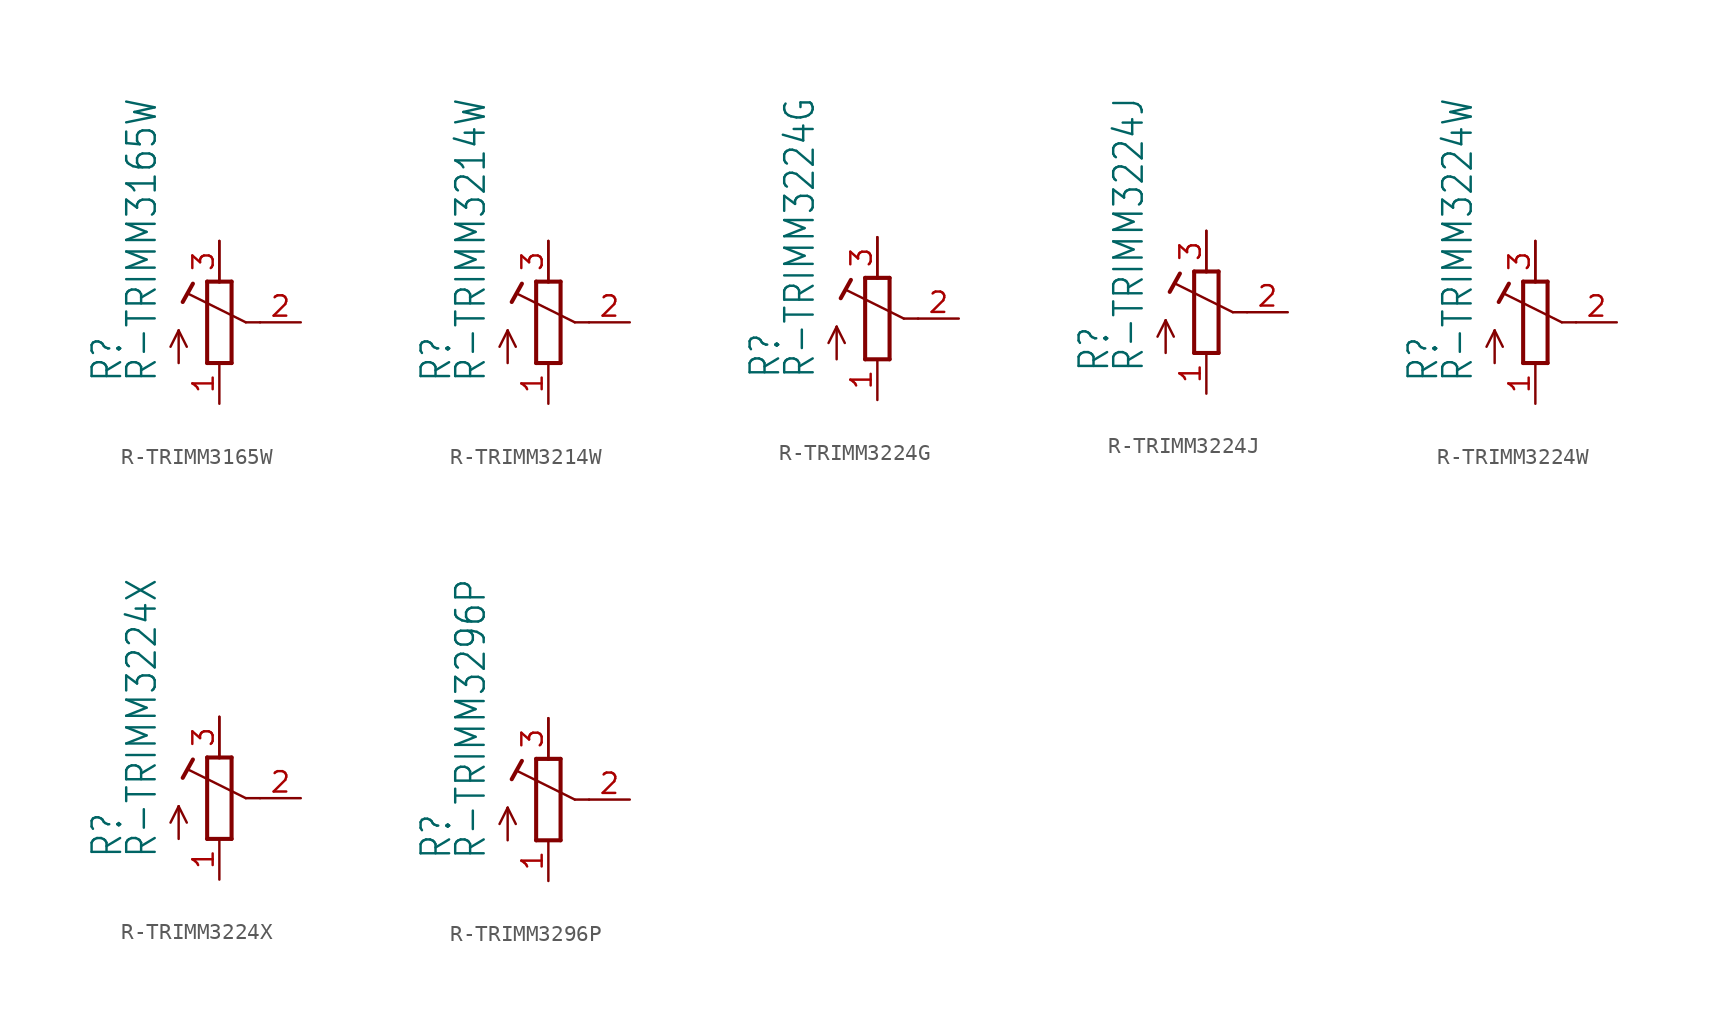
<source format=kicad_sym>
(kicad_symbol_lib
  (version 20211014)
  (generator kicad_symbol_editor)
  (symbol "R-TRIMM3165W"
    (property "Reference" "R"
      (at -5.969 -3.81 90)
      (effects (font (size 1.778 1.511)) (justify left bottom)))
    (property "Value" "R-TRIMM3165W"
      (at -3.81 -3.81 90)
      (effects (font (size 1.778 1.511)) (justify left bottom)))
    (property "ki_locked" ""
      (at 0 0 0)
      (effects (font (size 1.27 1.27))))
    (symbol "R-TRIMM3165W_1_0"
      (polyline (pts (xy -2.54 -2.54) (xy -2.54 -0.508)) (stroke (width 0.152) (type default) (color 0 0 0 0)) (fill (type none)))
      (polyline (pts (xy -2.54 -0.508) (xy -3.048 -1.524)) (stroke (width 0.152) (type default) (color 0 0 0 0)) (fill (type none)))
      (polyline (pts (xy -2.54 -0.508) (xy -2.032 -1.524)) (stroke (width 0.152) (type default) (color 0 0 0 0)) (fill (type none)))
      (polyline (pts (xy -2.286 1.27) (xy -1.651 2.413)) (stroke (width 0.254) (type default) (color 0 0 0 0)) (fill (type none)))
      (polyline (pts (xy -0.762 -2.54) (xy 0.762 -2.54)) (stroke (width 0.254) (type default) (color 0 0 0 0)) (fill (type none)))
      (polyline (pts (xy -0.762 2.54) (xy -0.762 -2.54)) (stroke (width 0.254) (type default) (color 0 0 0 0)) (fill (type none)))
      (polyline (pts (xy 0 2.54) (xy -0.762 2.54)) (stroke (width 0.254) (type default) (color 0 0 0 0)) (fill (type none)))
      (polyline (pts (xy 0 2.54) (xy 0 5.08)) (stroke (width 0.152) (type default) (color 0 0 0 0)) (fill (type none)))
      (polyline (pts (xy 0.762 -2.54) (xy 0.762 2.54)) (stroke (width 0.254) (type default) (color 0 0 0 0)) (fill (type none)))
      (polyline (pts (xy 0.762 2.54) (xy 0 2.54)) (stroke (width 0.254) (type default) (color 0 0 0 0)) (fill (type none)))
      (polyline (pts (xy 1.651 0) (xy -1.88 1.753)) (stroke (width 0.152) (type default) (color 0 0 0 0)) (fill (type none)))
      (polyline (pts (xy 2.54 0) (xy 1.651 0)) (stroke (width 0.152) (type default) (color 0 0 0 0)) (fill (type none)))
      (pin passive line (at 0 -5.08 90) (length 2.54) (name "E" (effects (font (size 0 0)))) (number "1" (effects (font (size 1.27 1.27)))))
      (pin passive line (at 5.08 0 180) (length 2.54) (name "S" (effects (font (size 0 0)))) (number "2" (effects (font (size 1.27 1.27)))))
      (pin passive line (at 0 5.08 270) (length 2.54) (name "A" (effects (font (size 0 0)))) (number "3" (effects (font (size 1.27 1.27)))))))
  (symbol "R-TRIMM3214W"
    (property "Reference" "R"
      (at -5.969 -3.81 90)
      (effects (font (size 1.778 1.511)) (justify left bottom)))
    (property "Value" "R-TRIMM3214W"
      (at -3.81 -3.81 90)
      (effects (font (size 1.778 1.511)) (justify left bottom)))
    (property "ki_locked" ""
      (at 0 0 0)
      (effects (font (size 1.27 1.27))))
    (symbol "R-TRIMM3214W_1_0"
      (polyline (pts (xy -2.54 -2.54) (xy -2.54 -0.508)) (stroke (width 0.152) (type default) (color 0 0 0 0)) (fill (type none)))
      (polyline (pts (xy -2.54 -0.508) (xy -3.048 -1.524)) (stroke (width 0.152) (type default) (color 0 0 0 0)) (fill (type none)))
      (polyline (pts (xy -2.54 -0.508) (xy -2.032 -1.524)) (stroke (width 0.152) (type default) (color 0 0 0 0)) (fill (type none)))
      (polyline (pts (xy -2.286 1.27) (xy -1.651 2.413)) (stroke (width 0.254) (type default) (color 0 0 0 0)) (fill (type none)))
      (polyline (pts (xy -0.762 -2.54) (xy 0.762 -2.54)) (stroke (width 0.254) (type default) (color 0 0 0 0)) (fill (type none)))
      (polyline (pts (xy -0.762 2.54) (xy -0.762 -2.54)) (stroke (width 0.254) (type default) (color 0 0 0 0)) (fill (type none)))
      (polyline (pts (xy 0 2.54) (xy -0.762 2.54)) (stroke (width 0.254) (type default) (color 0 0 0 0)) (fill (type none)))
      (polyline (pts (xy 0 2.54) (xy 0 5.08)) (stroke (width 0.152) (type default) (color 0 0 0 0)) (fill (type none)))
      (polyline (pts (xy 0.762 -2.54) (xy 0.762 2.54)) (stroke (width 0.254) (type default) (color 0 0 0 0)) (fill (type none)))
      (polyline (pts (xy 0.762 2.54) (xy 0 2.54)) (stroke (width 0.254) (type default) (color 0 0 0 0)) (fill (type none)))
      (polyline (pts (xy 1.651 0) (xy -1.88 1.753)) (stroke (width 0.152) (type default) (color 0 0 0 0)) (fill (type none)))
      (polyline (pts (xy 2.54 0) (xy 1.651 0)) (stroke (width 0.152) (type default) (color 0 0 0 0)) (fill (type none)))
      (pin passive line (at 0 -5.08 90) (length 2.54) (name "E" (effects (font (size 0 0)))) (number "1" (effects (font (size 1.27 1.27)))))
      (pin passive line (at 5.08 0 180) (length 2.54) (name "S" (effects (font (size 0 0)))) (number "2" (effects (font (size 1.27 1.27)))))
      (pin passive line (at 0 5.08 270) (length 2.54) (name "A" (effects (font (size 0 0)))) (number "3" (effects (font (size 1.27 1.27)))))))
  (symbol "R-TRIMM3224G"
    (property "Reference" "R"
      (at -5.969 -3.81 90)
      (effects (font (size 1.778 1.511)) (justify left bottom)))
    (property "Value" "R-TRIMM3224G"
      (at -3.81 -3.81 90)
      (effects (font (size 1.778 1.511)) (justify left bottom)))
    (property "ki_locked" ""
      (at 0 0 0)
      (effects (font (size 1.27 1.27))))
    (symbol "R-TRIMM3224G_1_0"
      (polyline (pts (xy -2.54 -2.54) (xy -2.54 -0.508)) (stroke (width 0.152) (type default) (color 0 0 0 0)) (fill (type none)))
      (polyline (pts (xy -2.54 -0.508) (xy -3.048 -1.524)) (stroke (width 0.152) (type default) (color 0 0 0 0)) (fill (type none)))
      (polyline (pts (xy -2.54 -0.508) (xy -2.032 -1.524)) (stroke (width 0.152) (type default) (color 0 0 0 0)) (fill (type none)))
      (polyline (pts (xy -2.286 1.27) (xy -1.651 2.413)) (stroke (width 0.254) (type default) (color 0 0 0 0)) (fill (type none)))
      (polyline (pts (xy -0.762 -2.54) (xy 0.762 -2.54)) (stroke (width 0.254) (type default) (color 0 0 0 0)) (fill (type none)))
      (polyline (pts (xy -0.762 2.54) (xy -0.762 -2.54)) (stroke (width 0.254) (type default) (color 0 0 0 0)) (fill (type none)))
      (polyline (pts (xy 0 2.54) (xy -0.762 2.54)) (stroke (width 0.254) (type default) (color 0 0 0 0)) (fill (type none)))
      (polyline (pts (xy 0 2.54) (xy 0 5.08)) (stroke (width 0.152) (type default) (color 0 0 0 0)) (fill (type none)))
      (polyline (pts (xy 0.762 -2.54) (xy 0.762 2.54)) (stroke (width 0.254) (type default) (color 0 0 0 0)) (fill (type none)))
      (polyline (pts (xy 0.762 2.54) (xy 0 2.54)) (stroke (width 0.254) (type default) (color 0 0 0 0)) (fill (type none)))
      (polyline (pts (xy 1.651 0) (xy -1.88 1.753)) (stroke (width 0.152) (type default) (color 0 0 0 0)) (fill (type none)))
      (polyline (pts (xy 2.54 0) (xy 1.651 0)) (stroke (width 0.152) (type default) (color 0 0 0 0)) (fill (type none)))
      (pin passive line (at 0 -5.08 90) (length 2.54) (name "E" (effects (font (size 0 0)))) (number "1" (effects (font (size 1.27 1.27)))))
      (pin passive line (at 5.08 0 180) (length 2.54) (name "S" (effects (font (size 0 0)))) (number "2" (effects (font (size 1.27 1.27)))))
      (pin passive line (at 0 5.08 270) (length 2.54) (name "A" (effects (font (size 0 0)))) (number "3" (effects (font (size 1.27 1.27)))))))
  (symbol "R-TRIMM3224J"
    (property "Reference" "R"
      (at -5.969 -3.81 90)
      (effects (font (size 1.778 1.511)) (justify left bottom)))
    (property "Value" "R-TRIMM3224J"
      (at -3.81 -3.81 90)
      (effects (font (size 1.778 1.511)) (justify left bottom)))
    (property "ki_locked" ""
      (at 0 0 0)
      (effects (font (size 1.27 1.27))))
    (symbol "R-TRIMM3224J_1_0"
      (polyline (pts (xy -2.54 -2.54) (xy -2.54 -0.508)) (stroke (width 0.152) (type default) (color 0 0 0 0)) (fill (type none)))
      (polyline (pts (xy -2.54 -0.508) (xy -3.048 -1.524)) (stroke (width 0.152) (type default) (color 0 0 0 0)) (fill (type none)))
      (polyline (pts (xy -2.54 -0.508) (xy -2.032 -1.524)) (stroke (width 0.152) (type default) (color 0 0 0 0)) (fill (type none)))
      (polyline (pts (xy -2.286 1.27) (xy -1.651 2.413)) (stroke (width 0.254) (type default) (color 0 0 0 0)) (fill (type none)))
      (polyline (pts (xy -0.762 -2.54) (xy 0.762 -2.54)) (stroke (width 0.254) (type default) (color 0 0 0 0)) (fill (type none)))
      (polyline (pts (xy -0.762 2.54) (xy -0.762 -2.54)) (stroke (width 0.254) (type default) (color 0 0 0 0)) (fill (type none)))
      (polyline (pts (xy 0 2.54) (xy -0.762 2.54)) (stroke (width 0.254) (type default) (color 0 0 0 0)) (fill (type none)))
      (polyline (pts (xy 0 2.54) (xy 0 5.08)) (stroke (width 0.152) (type default) (color 0 0 0 0)) (fill (type none)))
      (polyline (pts (xy 0.762 -2.54) (xy 0.762 2.54)) (stroke (width 0.254) (type default) (color 0 0 0 0)) (fill (type none)))
      (polyline (pts (xy 0.762 2.54) (xy 0 2.54)) (stroke (width 0.254) (type default) (color 0 0 0 0)) (fill (type none)))
      (polyline (pts (xy 1.651 0) (xy -1.88 1.753)) (stroke (width 0.152) (type default) (color 0 0 0 0)) (fill (type none)))
      (polyline (pts (xy 2.54 0) (xy 1.651 0)) (stroke (width 0.152) (type default) (color 0 0 0 0)) (fill (type none)))
      (pin passive line (at 0 -5.08 90) (length 2.54) (name "E" (effects (font (size 0 0)))) (number "1" (effects (font (size 1.27 1.27)))))
      (pin passive line (at 5.08 0 180) (length 2.54) (name "S" (effects (font (size 0 0)))) (number "2" (effects (font (size 1.27 1.27)))))
      (pin passive line (at 0 5.08 270) (length 2.54) (name "A" (effects (font (size 0 0)))) (number "3" (effects (font (size 1.27 1.27)))))))
  (symbol "R-TRIMM3224W"
    (property "Reference" "R"
      (at -5.969 -3.81 90)
      (effects (font (size 1.778 1.511)) (justify left bottom)))
    (property "Value" "R-TRIMM3224W"
      (at -3.81 -3.81 90)
      (effects (font (size 1.778 1.511)) (justify left bottom)))
    (property "ki_locked" ""
      (at 0 0 0)
      (effects (font (size 1.27 1.27))))
    (symbol "R-TRIMM3224W_1_0"
      (polyline (pts (xy -2.54 -2.54) (xy -2.54 -0.508)) (stroke (width 0.152) (type default) (color 0 0 0 0)) (fill (type none)))
      (polyline (pts (xy -2.54 -0.508) (xy -3.048 -1.524)) (stroke (width 0.152) (type default) (color 0 0 0 0)) (fill (type none)))
      (polyline (pts (xy -2.54 -0.508) (xy -2.032 -1.524)) (stroke (width 0.152) (type default) (color 0 0 0 0)) (fill (type none)))
      (polyline (pts (xy -2.286 1.27) (xy -1.651 2.413)) (stroke (width 0.254) (type default) (color 0 0 0 0)) (fill (type none)))
      (polyline (pts (xy -0.762 -2.54) (xy 0.762 -2.54)) (stroke (width 0.254) (type default) (color 0 0 0 0)) (fill (type none)))
      (polyline (pts (xy -0.762 2.54) (xy -0.762 -2.54)) (stroke (width 0.254) (type default) (color 0 0 0 0)) (fill (type none)))
      (polyline (pts (xy 0 2.54) (xy -0.762 2.54)) (stroke (width 0.254) (type default) (color 0 0 0 0)) (fill (type none)))
      (polyline (pts (xy 0 2.54) (xy 0 5.08)) (stroke (width 0.152) (type default) (color 0 0 0 0)) (fill (type none)))
      (polyline (pts (xy 0.762 -2.54) (xy 0.762 2.54)) (stroke (width 0.254) (type default) (color 0 0 0 0)) (fill (type none)))
      (polyline (pts (xy 0.762 2.54) (xy 0 2.54)) (stroke (width 0.254) (type default) (color 0 0 0 0)) (fill (type none)))
      (polyline (pts (xy 1.651 0) (xy -1.88 1.753)) (stroke (width 0.152) (type default) (color 0 0 0 0)) (fill (type none)))
      (polyline (pts (xy 2.54 0) (xy 1.651 0)) (stroke (width 0.152) (type default) (color 0 0 0 0)) (fill (type none)))
      (pin passive line (at 0 -5.08 90) (length 2.54) (name "E" (effects (font (size 0 0)))) (number "1" (effects (font (size 1.27 1.27)))))
      (pin passive line (at 5.08 0 180) (length 2.54) (name "S" (effects (font (size 0 0)))) (number "2" (effects (font (size 1.27 1.27)))))
      (pin passive line (at 0 5.08 270) (length 2.54) (name "A" (effects (font (size 0 0)))) (number "3" (effects (font (size 1.27 1.27)))))))
  (symbol "R-TRIMM3224X"
    (property "Reference" "R"
      (at -5.969 -3.81 90)
      (effects (font (size 1.778 1.511)) (justify left bottom)))
    (property "Value" "R-TRIMM3224X"
      (at -3.81 -3.81 90)
      (effects (font (size 1.778 1.511)) (justify left bottom)))
    (property "ki_locked" ""
      (at 0 0 0)
      (effects (font (size 1.27 1.27))))
    (symbol "R-TRIMM3224X_1_0"
      (polyline (pts (xy -2.54 -2.54) (xy -2.54 -0.508)) (stroke (width 0.152) (type default) (color 0 0 0 0)) (fill (type none)))
      (polyline (pts (xy -2.54 -0.508) (xy -3.048 -1.524)) (stroke (width 0.152) (type default) (color 0 0 0 0)) (fill (type none)))
      (polyline (pts (xy -2.54 -0.508) (xy -2.032 -1.524)) (stroke (width 0.152) (type default) (color 0 0 0 0)) (fill (type none)))
      (polyline (pts (xy -2.286 1.27) (xy -1.651 2.413)) (stroke (width 0.254) (type default) (color 0 0 0 0)) (fill (type none)))
      (polyline (pts (xy -0.762 -2.54) (xy 0.762 -2.54)) (stroke (width 0.254) (type default) (color 0 0 0 0)) (fill (type none)))
      (polyline (pts (xy -0.762 2.54) (xy -0.762 -2.54)) (stroke (width 0.254) (type default) (color 0 0 0 0)) (fill (type none)))
      (polyline (pts (xy 0 2.54) (xy -0.762 2.54)) (stroke (width 0.254) (type default) (color 0 0 0 0)) (fill (type none)))
      (polyline (pts (xy 0 2.54) (xy 0 5.08)) (stroke (width 0.152) (type default) (color 0 0 0 0)) (fill (type none)))
      (polyline (pts (xy 0.762 -2.54) (xy 0.762 2.54)) (stroke (width 0.254) (type default) (color 0 0 0 0)) (fill (type none)))
      (polyline (pts (xy 0.762 2.54) (xy 0 2.54)) (stroke (width 0.254) (type default) (color 0 0 0 0)) (fill (type none)))
      (polyline (pts (xy 1.651 0) (xy -1.88 1.753)) (stroke (width 0.152) (type default) (color 0 0 0 0)) (fill (type none)))
      (polyline (pts (xy 2.54 0) (xy 1.651 0)) (stroke (width 0.152) (type default) (color 0 0 0 0)) (fill (type none)))
      (pin passive line (at 0 -5.08 90) (length 2.54) (name "E" (effects (font (size 0 0)))) (number "1" (effects (font (size 1.27 1.27)))))
      (pin passive line (at 5.08 0 180) (length 2.54) (name "S" (effects (font (size 0 0)))) (number "2" (effects (font (size 1.27 1.27)))))
      (pin passive line (at 0 5.08 270) (length 2.54) (name "A" (effects (font (size 0 0)))) (number "3" (effects (font (size 1.27 1.27)))))))
  (symbol "R-TRIMM3296P"
    (property "Reference" "R"
      (at -5.969 -3.81 90)
      (effects (font (size 1.778 1.511)) (justify left bottom)))
    (property "Value" "R-TRIMM3296P"
      (at -3.81 -3.81 90)
      (effects (font (size 1.778 1.511)) (justify left bottom)))
    (property "ki_locked" ""
      (at 0 0 0)
      (effects (font (size 1.27 1.27))))
    (symbol "R-TRIMM3296P_1_0"
      (polyline (pts (xy -2.54 -2.54) (xy -2.54 -0.508)) (stroke (width 0.152) (type default) (color 0 0 0 0)) (fill (type none)))
      (polyline (pts (xy -2.54 -0.508) (xy -3.048 -1.524)) (stroke (width 0.152) (type default) (color 0 0 0 0)) (fill (type none)))
      (polyline (pts (xy -2.54 -0.508) (xy -2.032 -1.524)) (stroke (width 0.152) (type default) (color 0 0 0 0)) (fill (type none)))
      (polyline (pts (xy -2.286 1.27) (xy -1.651 2.413)) (stroke (width 0.254) (type default) (color 0 0 0 0)) (fill (type none)))
      (polyline (pts (xy -0.762 -2.54) (xy 0.762 -2.54)) (stroke (width 0.254) (type default) (color 0 0 0 0)) (fill (type none)))
      (polyline (pts (xy -0.762 2.54) (xy -0.762 -2.54)) (stroke (width 0.254) (type default) (color 0 0 0 0)) (fill (type none)))
      (polyline (pts (xy 0 2.54) (xy -0.762 2.54)) (stroke (width 0.254) (type default) (color 0 0 0 0)) (fill (type none)))
      (polyline (pts (xy 0 2.54) (xy 0 5.08)) (stroke (width 0.152) (type default) (color 0 0 0 0)) (fill (type none)))
      (polyline (pts (xy 0.762 -2.54) (xy 0.762 2.54)) (stroke (width 0.254) (type default) (color 0 0 0 0)) (fill (type none)))
      (polyline (pts (xy 0.762 2.54) (xy 0 2.54)) (stroke (width 0.254) (type default) (color 0 0 0 0)) (fill (type none)))
      (polyline (pts (xy 1.651 0) (xy -1.88 1.753)) (stroke (width 0.152) (type default) (color 0 0 0 0)) (fill (type none)))
      (polyline (pts (xy 2.54 0) (xy 1.651 0)) (stroke (width 0.152) (type default) (color 0 0 0 0)) (fill (type none)))
      (pin passive line (at 0 -5.08 90) (length 2.54) (name "E" (effects (font (size 0 0)))) (number "1" (effects (font (size 1.27 1.27)))))
      (pin passive line (at 5.08 0 180) (length 2.54) (name "S" (effects (font (size 0 0)))) (number "2" (effects (font (size 1.27 1.27)))))
      (pin passive line (at 0 5.08 270) (length 2.54) (name "A" (effects (font (size 0 0)))) (number "3" (effects (font (size 1.27 1.27))))))))
</source>
